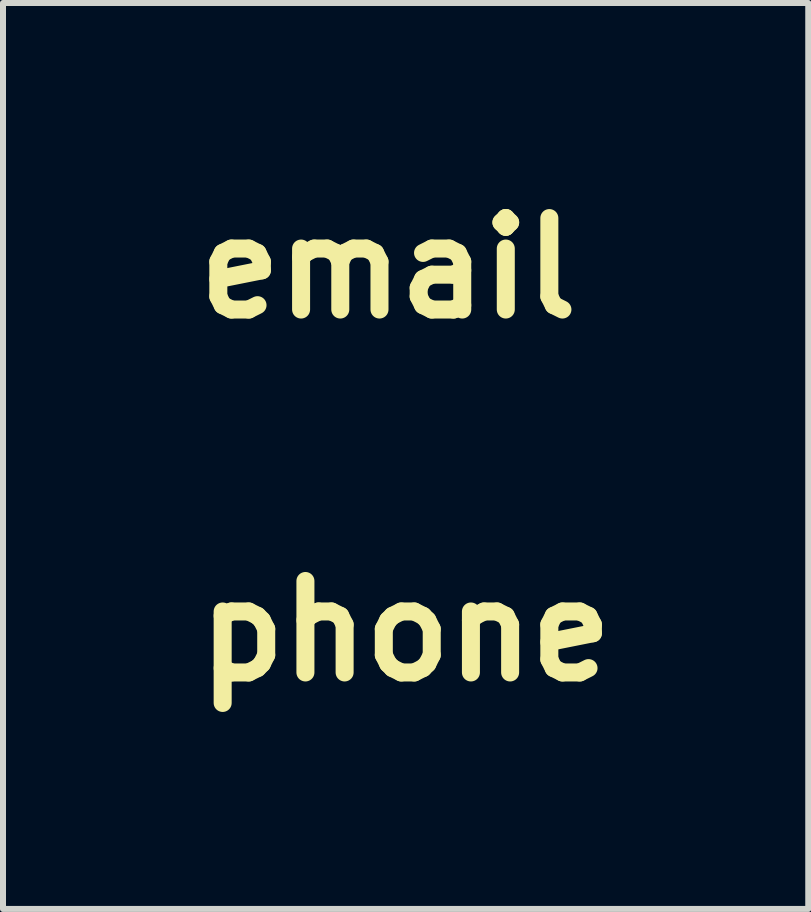
<source format=kicad_pcb>
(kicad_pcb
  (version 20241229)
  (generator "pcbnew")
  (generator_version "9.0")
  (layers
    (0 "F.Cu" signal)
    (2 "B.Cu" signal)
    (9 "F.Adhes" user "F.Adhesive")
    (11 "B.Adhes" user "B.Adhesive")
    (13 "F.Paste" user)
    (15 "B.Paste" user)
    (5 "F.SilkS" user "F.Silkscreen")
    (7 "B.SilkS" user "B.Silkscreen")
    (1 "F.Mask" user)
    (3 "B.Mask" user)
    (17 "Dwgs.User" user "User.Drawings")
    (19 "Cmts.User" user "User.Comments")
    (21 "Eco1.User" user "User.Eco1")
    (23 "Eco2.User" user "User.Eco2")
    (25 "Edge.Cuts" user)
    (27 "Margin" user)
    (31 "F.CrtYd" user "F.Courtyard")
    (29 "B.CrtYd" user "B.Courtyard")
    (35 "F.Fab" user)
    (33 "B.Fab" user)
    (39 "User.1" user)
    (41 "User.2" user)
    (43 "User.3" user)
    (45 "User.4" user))
  (footprint "email"
    (layer "F.Cu")
    (at 3.418 1.418)
    (property "Reference" "email" (at 0 0 0) (layer "F.SilkS") (effects (font (size 1.524 1.524) (thickness 0.3))))
    (attr through_hole)
    (fp_poly (pts (xy 0.178 -1.306) (xy 0.343 -1.306) (xy 0.496 -1.306) (xy 0.635 -1.306) (xy 0.762 -1.306) (xy 0.877 -1.306) (xy 0.981 -1.306) (xy 1.075 -1.305) (xy 1.159 -1.305) (xy 1.234 -1.305) (xy 1.3 -1.305) (xy 1.357 -1.304) (xy 1.407 -1.304) (xy 1.45 -1.303) (xy 1.487 -1.302) (xy 1.517 -1.302) (xy 1.543 -1.301) (xy 1.563 -1.3) (xy 1.58 -1.299) (xy 1.593 -1.298) (xy 1.602 -1.297) (xy 1.61 -1.296) (xy 1.614 -1.295) (xy 1.676 -1.272) (xy 1.732 -1.236) (xy 1.78 -1.189) (xy 1.811 -1.147) (xy 1.817 -1.136) (xy 1.823 -1.127) (xy 1.828 -1.118) (xy 1.833 -1.109) (xy 1.837 -1.098) (xy 1.841 -1.085) (xy 1.844 -1.07) (xy 1.847 -1.052) (xy 1.849 -1.029) (xy 1.851 -1.002) (xy 1.853 -0.968) (xy 1.854 -0.929) (xy 1.855 -0.883) (xy 1.856 -0.828) (xy 1.857 -0.766) (xy 1.857 -0.694) (xy 1.858 -0.612) (xy 1.858 -0.519) (xy 1.858 -0.415) (xy 1.858 -0.298) (xy 1.858 -0.169) (xy 1.858 -0.026) (xy 1.858 -0.003) (xy 1.858 0.143) (xy 1.858 0.275) (xy 1.858 0.394) (xy 1.858 0.5) (xy 1.857 0.595) (xy 1.857 0.679) (xy 1.857 0.753) (xy 1.856 0.817) (xy 1.855 0.873) (xy 1.854 0.921) (xy 1.853 0.961) (xy 1.851 0.996) (xy 1.849 1.024) (xy 1.847 1.048) (xy 1.844 1.067) (xy 1.841 1.082) (xy 1.838 1.095) (xy 1.834 1.106) (xy 1.829 1.116) (xy 1.824 1.124) (xy 1.819 1.133) (xy 1.813 1.143) (xy 1.772 1.198) (xy 1.722 1.243) (xy 1.698 1.259) (xy 1.689 1.265) (xy 1.682 1.269) (xy 1.675 1.274) (xy 1.668 1.278) (xy 1.66 1.282) (xy 1.651 1.285) (xy 1.64 1.288) (xy 1.626 1.291) (xy 1.61 1.293) (xy 1.589 1.295) (xy 1.565 1.297) (xy 1.535 1.299) (xy 1.5 1.3) (xy 1.459 1.302) (xy 1.411 1.303) (xy 1.357 1.303) (xy 1.294 1.304) (xy 1.224 1.305) (xy 1.144 1.305) (xy 1.055 1.305) (xy 0.955 1.306) (xy 0.846 1.306) (xy 0.724 1.306) (xy 0.592 1.306) (xy 0.446 1.306) (xy 0.288 1.306) (xy 0.116 1.306) (xy -0.007 1.306) (xy -0.186 1.306) (xy -0.35 1.306) (xy -0.501 1.305) (xy -0.64 1.305) (xy -0.766 1.305) (xy -0.88 1.305) (xy -0.984 1.305) (xy -1.077 1.305) (xy -1.16 1.304) (xy -1.235 1.304) (xy -1.3 1.304) (xy -1.357 1.303) (xy -1.407 1.303) (xy -1.449 1.302) (xy -1.486 1.302) (xy -1.516 1.301) (xy -1.542 1.3) (xy -1.563 1.299) (xy -1.579 1.298) (xy -1.593 1.297) (xy -1.603 1.296) (xy -1.611 1.295) (xy -1.618 1.294) (xy -1.622 1.293) (xy -1.683 1.268) (xy -1.738 1.231) (xy -1.785 1.184) (xy -1.81 1.148) (xy -1.817 1.137) (xy -1.822 1.128) (xy -1.828 1.119) (xy -1.832 1.109) (xy -1.837 1.099) (xy -1.84 1.089) (xy -1.484 1.089) (xy 1.484 1.089) (xy 1.375 0.979) (xy 1.351 0.955) (xy 1.318 0.922) (xy 1.277 0.881) (xy 1.229 0.833) (xy 1.175 0.78) (xy 1.117 0.723) (xy 1.056 0.663) (xy 0.993 0.601) (xy 0.929 0.538) (xy 0.905 0.514) (xy 0.544 0.158) (xy 0.437 0.262) (xy 0.401 0.296) (xy 0.367 0.327) (xy 0.335 0.355) (xy 0.308 0.376) (xy 0.29 0.39) (xy 0.288 0.391) (xy 0.206 0.431) (xy 0.121 0.458) (xy 0.035 0.471) (xy -0.052 0.469) (xy -0.138 0.454) (xy -0.222 0.425) (xy -0.288 0.391) (xy -0.306 0.378) (xy -0.332 0.357) (xy -0.364 0.33) (xy -0.398 0.299) (xy -0.433 0.265) (xy -0.437 0.262) (xy -0.544 0.158) (xy -0.905 0.514) (xy -0.969 0.577) (xy -1.032 0.639) (xy -1.094 0.701) (xy -1.154 0.759) (xy -1.209 0.814) (xy -1.259 0.864) (xy -1.303 0.907) (xy -1.339 0.944) (xy -1.367 0.971) (xy -1.375 0.979) (xy -1.484 1.089) (xy -1.84 1.089) (xy -1.84 1.086) (xy -1.844 1.071) (xy -1.846 1.052) (xy -1.849 1.03) (xy -1.851 1.002) (xy -1.853 0.97) (xy -1.854 0.931) (xy -1.64 0.931) (xy -1.344 0.64) (xy -1.283 0.579) (xy -1.219 0.516) (xy -1.154 0.452) (xy -1.09 0.389) (xy -1.029 0.329) (xy -0.973 0.273) (xy -0.923 0.223) (xy -0.881 0.181) (xy -0.875 0.175) (xy -0.701 0.000114) (xy -0.758 -0.059) (xy -0.773 -0.073) (xy -0.797 -0.097) (xy -0.829 -0.129) (xy -0.869 -0.168) (xy -0.915 -0.214) (xy -0.967 -0.266) (xy -1.024 -0.322) (xy -1.085 -0.382) (xy -1.149 -0.445) (xy -1.214 -0.51) (xy -1.228 -0.524) (xy -1.64 -0.931) (xy -1.64 0.931) (xy -1.854 0.931) (xy -1.854 0.93) (xy -1.855 0.884) (xy -1.856 0.83) (xy -1.857 0.768) (xy -1.857 0.696) (xy -1.858 0.614) (xy -1.858 0.522) (xy -1.858 0.418) (xy -1.858 0.303) (xy -1.858 0.174) (xy -1.858 0.031) (xy -1.858 0) (xy -1.858 -0.145) (xy -1.858 -0.277) (xy -1.858 -0.395) (xy -1.858 -0.502) (xy -1.858 -0.596) (xy -1.857 -0.68) (xy -1.857 -0.754) (xy -1.856 -0.818) (xy -1.855 -0.874) (xy -1.854 -0.921) (xy -1.853 -0.962) (xy -1.851 -0.996) (xy -1.849 -1.025) (xy -1.847 -1.048) (xy -1.844 -1.067) (xy -1.841 -1.083) (xy -1.84 -1.089) (xy -1.484 -1.089) (xy -1.404 -1.008) (xy -1.388 -0.992) (xy -1.363 -0.967) (xy -1.328 -0.933) (xy -1.286 -0.891) (xy -1.237 -0.842) (xy -1.181 -0.786) (xy -1.12 -0.725) (xy -1.054 -0.66) (xy -0.983 -0.59) (xy -0.91 -0.517) (xy -0.834 -0.442) (xy -0.757 -0.366) (xy -0.668 -0.277) (xy -0.588 -0.199) (xy -0.518 -0.129) (xy -0.456 -0.068) (xy -0.401 -0.014) (xy -0.354 0.032) (xy -0.314 0.071) (xy -0.279 0.104) (xy -0.25 0.131) (xy -0.226 0.154) (xy -0.206 0.172) (xy -0.19 0.186) (xy -0.176 0.197) (xy -0.165 0.205) (xy -0.155 0.211) (xy -0.147 0.216) (xy -0.143 0.218) (xy -0.114 0.23) (xy -0.085 0.241) (xy -0.065 0.247) (xy -0.026 0.251) (xy 0.02 0.25) (xy 0.066 0.244) (xy 0.106 0.234) (xy 0.111 0.232) (xy 0.14 0.219) (xy 0.17 0.204) (xy 0.182 0.196) (xy 0.191 0.188) (xy 0.21 0.171) (xy 0.238 0.144) (xy 0.274 0.11) (xy 0.317 0.067) (xy 0.368 0.018) (xy 0.386 0.000113) (xy 0.7 0.000113) (xy 1.168 0.465) (xy 1.636 0.929) (xy 1.638 0.465) (xy 1.639 0.365) (xy 1.639 0.253) (xy 1.639 0.135) (xy 1.639 0.013) (xy 1.639 -0.11) (xy 1.639 -0.23) (xy 1.639 -0.342) (xy 1.638 -0.445) (xy 1.638 -0.464) (xy 1.636 -0.928) (xy 0.7 0.000113) (xy 0.386 0.000113) (xy 0.425 -0.038) (xy 0.487 -0.099) (xy 0.555 -0.166) (xy 0.627 -0.237) (xy 0.702 -0.311) (xy 0.781 -0.389) (xy 0.849 -0.457) (xy 1.484 -1.088) (xy 0.000124 -1.088) (xy -1.484 -1.089) (xy -1.84 -1.089) (xy -1.837 -1.096) (xy -1.833 -1.107) (xy -1.829 -1.117) (xy -1.824 -1.126) (xy -1.818 -1.135) (xy -1.811 -1.145) (xy -1.81 -1.148) (xy -1.769 -1.201) (xy -1.718 -1.246) (xy -1.66 -1.279) (xy -1.619 -1.293) (xy -1.613 -1.295) (xy -1.606 -1.296) (xy -1.598 -1.297) (xy -1.587 -1.298) (xy -1.574 -1.299) (xy -1.558 -1.3) (xy -1.538 -1.301) (xy -1.513 -1.302) (xy -1.483 -1.303) (xy -1.448 -1.303) (xy -1.406 -1.304) (xy -1.358 -1.304) (xy -1.302 -1.305) (xy -1.238 -1.305) (xy -1.166 -1.305) (xy -1.085 -1.306) (xy -0.994 -1.306) (xy -0.892 -1.306) (xy -0.78 -1.306) (xy -0.656 -1.306) (xy -0.52 -1.306) (xy -0.372 -1.306) (xy -0.21 -1.306) (xy -0.034 -1.306) (xy -0.001 -1.306) (xy 0.178 -1.306)) (stroke (width 0.01) (type solid)) (fill yes) (layer "F.Mask")))
  (footprint "phone"
    (layer "F.Cu")
    (at 3.708 7.465)
    (property "Reference" "phone" (at 0 0 0) (layer "F.SilkS") (effects (font (size 1.524 1.524) (thickness 0.3))))
    (attr through_hole)
    (fp_poly (pts (xy -0.929 -1.622) (xy -0.869 -1.608) (xy -0.812 -1.583) (xy -0.808 -1.58) (xy -0.795 -1.571) (xy -0.774 -1.553) (xy -0.746 -1.528) (xy -0.713 -1.497) (xy -0.675 -1.461) (xy -0.634 -1.422) (xy -0.591 -1.379) (xy -0.546 -1.335) (xy -0.501 -1.29) (xy -0.457 -1.246) (xy -0.416 -1.204) (xy -0.377 -1.163) (xy -0.342 -1.127) (xy -0.312 -1.095) (xy -0.289 -1.069) (xy -0.273 -1.05) (xy -0.268 -1.043) (xy -0.246 -1.006) (xy -0.232 -0.973) (xy -0.223 -0.938) (xy -0.22 -0.899) (xy -0.219 -0.87) (xy -0.22 -0.837) (xy -0.222 -0.813) (xy -0.226 -0.793) (xy -0.232 -0.774) (xy -0.236 -0.764) (xy -0.245 -0.743) (xy -0.256 -0.724) (xy -0.268 -0.705) (xy -0.283 -0.684) (xy -0.302 -0.661) (xy -0.326 -0.634) (xy -0.356 -0.602) (xy -0.394 -0.564) (xy -0.43 -0.527) (xy -0.566 -0.391) (xy -0.552 -0.359) (xy -0.534 -0.324) (xy -0.51 -0.281) (xy -0.483 -0.236) (xy -0.453 -0.189) (xy -0.423 -0.145) (xy -0.411 -0.129) (xy -0.332 -0.028) (xy -0.246 0.071) (xy -0.155 0.165) (xy -0.061 0.255) (xy 0.036 0.337) (xy 0.133 0.412) (xy 0.229 0.477) (xy 0.319 0.53) (xy 0.388 0.567) (xy 0.535 0.421) (xy 0.577 0.38) (xy 0.611 0.347) (xy 0.638 0.321) (xy 0.66 0.301) (xy 0.678 0.285) (xy 0.693 0.274) (xy 0.707 0.264) (xy 0.721 0.257) (xy 0.73 0.252) (xy 0.789 0.229) (xy 0.846 0.218) (xy 0.903 0.22) (xy 0.961 0.233) (xy 0.998 0.248) (xy 1.009 0.253) (xy 1.019 0.259) (xy 1.029 0.265) (xy 1.041 0.274) (xy 1.055 0.285) (xy 1.072 0.3) (xy 1.093 0.32) (xy 1.119 0.344) (xy 1.15 0.374) (xy 1.187 0.411) (xy 1.232 0.455) (xy 1.285 0.507) (xy 1.291 0.514) (xy 1.346 0.569) (xy 1.397 0.619) (xy 1.441 0.665) (xy 1.48 0.705) (xy 1.513 0.739) (xy 1.538 0.766) (xy 1.555 0.786) (xy 1.563 0.796) (xy 1.592 0.85) (xy 1.611 0.905) (xy 1.618 0.953) (xy 1.618 0.998) (xy 1.612 1.039) (xy 1.598 1.081) (xy 1.582 1.118) (xy 1.575 1.132) (xy 1.566 1.147) (xy 1.555 1.162) (xy 1.541 1.179) (xy 1.523 1.2) (xy 1.499 1.226) (xy 1.469 1.258) (xy 1.431 1.297) (xy 1.424 1.305) (xy 1.388 1.342) (xy 1.352 1.378) (xy 1.319 1.412) (xy 1.29 1.441) (xy 1.266 1.465) (xy 1.25 1.481) (xy 1.247 1.484) (xy 1.187 1.533) (xy 1.119 1.572) (xy 1.045 1.601) (xy 0.97 1.619) (xy 0.938 1.622) (xy 0.898 1.624) (xy 0.853 1.624) (xy 0.808 1.623) (xy 0.766 1.62) (xy 0.761 1.619) (xy 0.661 1.603) (xy 0.556 1.577) (xy 0.445 1.542) (xy 0.33 1.498) (xy 0.212 1.447) (xy 0.093 1.388) (xy -0.028 1.322) (xy -0.147 1.25) (xy -0.265 1.172) (xy -0.381 1.089) (xy -0.492 1.002) (xy -0.508 0.989) (xy -0.647 0.866) (xy -0.782 0.734) (xy -0.911 0.595) (xy -1.033 0.449) (xy -1.147 0.299) (xy -1.25 0.146) (xy -1.335 0.006) (xy -1.387 -0.091) (xy -1.436 -0.191) (xy -1.481 -0.292) (xy -1.52 -0.392) (xy -1.554 -0.489) (xy -1.581 -0.58) (xy -1.6 -0.665) (xy -1.603 -0.679) (xy -1.61 -0.729) (xy -1.615 -0.784) (xy -1.618 -0.84) (xy -1.618 -0.895) (xy -1.618 -0.895) (xy -1.453 -0.895) (xy -1.452 -0.825) (xy -1.444 -0.748) (xy -1.428 -0.664) (xy -1.405 -0.575) (xy -1.375 -0.481) (xy -1.338 -0.384) (xy -1.295 -0.284) (xy -1.246 -0.183) (xy -1.192 -0.081) (xy -1.132 0.02) (xy -1.068 0.12) (xy -0.948 0.288) (xy -0.819 0.448) (xy -0.683 0.599) (xy -0.539 0.74) (xy -0.389 0.872) (xy -0.233 0.993) (xy -0.071 1.103) (xy -0.006 1.143) (xy 0.099 1.203) (xy 0.204 1.259) (xy 0.309 1.309) (xy 0.409 1.352) (xy 0.504 1.388) (xy 0.58 1.413) (xy 0.614 1.422) (xy 0.653 1.431) (xy 0.695 1.44) (xy 0.735 1.448) (xy 0.769 1.454) (xy 0.787 1.456) (xy 0.826 1.459) (xy 0.868 1.459) (xy 0.909 1.458) (xy 0.946 1.455) (xy 0.967 1.451) (xy 0.996 1.443) (xy 1.028 1.432) (xy 1.052 1.422) (xy 1.065 1.416) (xy 1.077 1.409) (xy 1.089 1.399) (xy 1.104 1.387) (xy 1.122 1.371) (xy 1.145 1.35) (xy 1.172 1.323) (xy 1.206 1.288) (xy 1.248 1.246) (xy 1.257 1.237) (xy 1.306 1.187) (xy 1.347 1.144) (xy 1.381 1.107) (xy 1.408 1.077) (xy 1.426 1.056) (xy 1.435 1.042) (xy 1.447 1.005) (xy 1.45 0.964) (xy 1.442 0.924) (xy 1.436 0.908) (xy 1.427 0.896) (xy 1.41 0.876) (xy 1.384 0.847) (xy 1.35 0.81) (xy 1.306 0.765) (xy 1.254 0.712) (xy 1.192 0.65) (xy 1.192 0.649) (xy 1.136 0.594) (xy 1.089 0.547) (xy 1.049 0.508) (xy 1.016 0.475) (xy 0.988 0.449) (xy 0.964 0.429) (xy 0.945 0.414) (xy 0.928 0.403) (xy 0.914 0.395) (xy 0.901 0.391) (xy 0.888 0.388) (xy 0.875 0.387) (xy 0.869 0.387) (xy 0.852 0.388) (xy 0.837 0.39) (xy 0.822 0.395) (xy 0.805 0.404) (xy 0.786 0.417) (xy 0.764 0.434) (xy 0.737 0.458) (xy 0.705 0.488) (xy 0.666 0.526) (xy 0.622 0.569) (xy 0.574 0.616) (xy 0.533 0.656) (xy 0.499 0.687) (xy 0.469 0.711) (xy 0.444 0.728) (xy 0.42 0.738) (xy 0.398 0.743) (xy 0.375 0.741) (xy 0.351 0.734) (xy 0.324 0.723) (xy 0.292 0.707) (xy 0.262 0.691) (xy 0.154 0.629) (xy 0.046 0.556) (xy -0.063 0.473) (xy -0.169 0.383) (xy -0.273 0.285) (xy -0.372 0.182) (xy -0.465 0.075) (xy -0.55 -0.035) (xy -0.612 -0.126) (xy -0.637 -0.164) (xy -0.661 -0.207) (xy -0.684 -0.249) (xy -0.704 -0.291) (xy -0.721 -0.328) (xy -0.733 -0.359) (xy -0.738 -0.377) (xy -0.741 -0.394) (xy -0.742 -0.409) (xy -0.741 -0.423) (xy -0.736 -0.438) (xy -0.727 -0.455) (xy -0.712 -0.474) (xy -0.693 -0.498) (xy -0.666 -0.526) (xy -0.633 -0.561) (xy -0.591 -0.602) (xy -0.568 -0.625) (xy -0.522 -0.671) (xy -0.485 -0.709) (xy -0.455 -0.741) (xy -0.431 -0.767) (xy -0.414 -0.789) (xy -0.401 -0.807) (xy -0.393 -0.824) (xy -0.388 -0.839) (xy -0.386 -0.855) (xy -0.386 -0.872) (xy -0.386 -0.886) (xy -0.387 -0.899) (xy -0.391 -0.911) (xy -0.397 -0.925) (xy -0.406 -0.94) (xy -0.419 -0.958) (xy -0.436 -0.979) (xy -0.459 -1.005) (xy -0.488 -1.036) (xy -0.523 -1.072) (xy -0.566 -1.116) (xy -0.617 -1.167) (xy -0.647 -1.197) (xy -0.701 -1.252) (xy -0.748 -1.298) (xy -0.788 -1.337) (xy -0.821 -1.369) (xy -0.849 -1.395) (xy -0.872 -1.415) (xy -0.891 -1.431) (xy -0.908 -1.442) (xy -0.922 -1.449) (xy -0.936 -1.454) (xy -0.948 -1.456) (xy -0.962 -1.457) (xy -0.972 -1.457) (xy -0.989 -1.456) (xy -1.006 -1.454) (xy -1.022 -1.449) (xy -1.039 -1.441) (xy -1.058 -1.428) (xy -1.08 -1.411) (xy -1.106 -1.388) (xy -1.138 -1.358) (xy -1.177 -1.32) (xy -1.22 -1.277) (xy -1.269 -1.228) (xy -1.309 -1.187) (xy -1.342 -1.151) (xy -1.368 -1.121) (xy -1.389 -1.094) (xy -1.406 -1.069) (xy -1.418 -1.045) (xy -1.428 -1.021) (xy -1.436 -0.995) (xy -1.443 -0.966) (xy -1.445 -0.957) (xy -1.453 -0.895) (xy -1.618 -0.895) (xy -1.616 -0.944) (xy -1.611 -0.984) (xy -1.61 -0.987) (xy -1.602 -1.028) (xy -1.592 -1.064) (xy -1.579 -1.098) (xy -1.564 -1.131) (xy -1.544 -1.164) (xy -1.52 -1.198) (xy -1.489 -1.236) (xy -1.452 -1.278) (xy -1.407 -1.326) (xy -1.366 -1.367) (xy -1.317 -1.417) (xy -1.275 -1.458) (xy -1.24 -1.491) (xy -1.211 -1.519) (xy -1.185 -1.541) (xy -1.163 -1.558) (xy -1.143 -1.572) (xy -1.123 -1.584) (xy -1.108 -1.592) (xy -1.05 -1.614) (xy -0.99 -1.624) (xy -0.929 -1.622)) (stroke (width 0.01) (type solid)) (fill yes) (layer "F.Mask")))
  (gr_rect
    (start -3 -3)
    (end 10.417 12.095)
    (stroke (width 0.1) (type default))
    (fill no)
    (layer "Edge.Cuts")))
</source>
